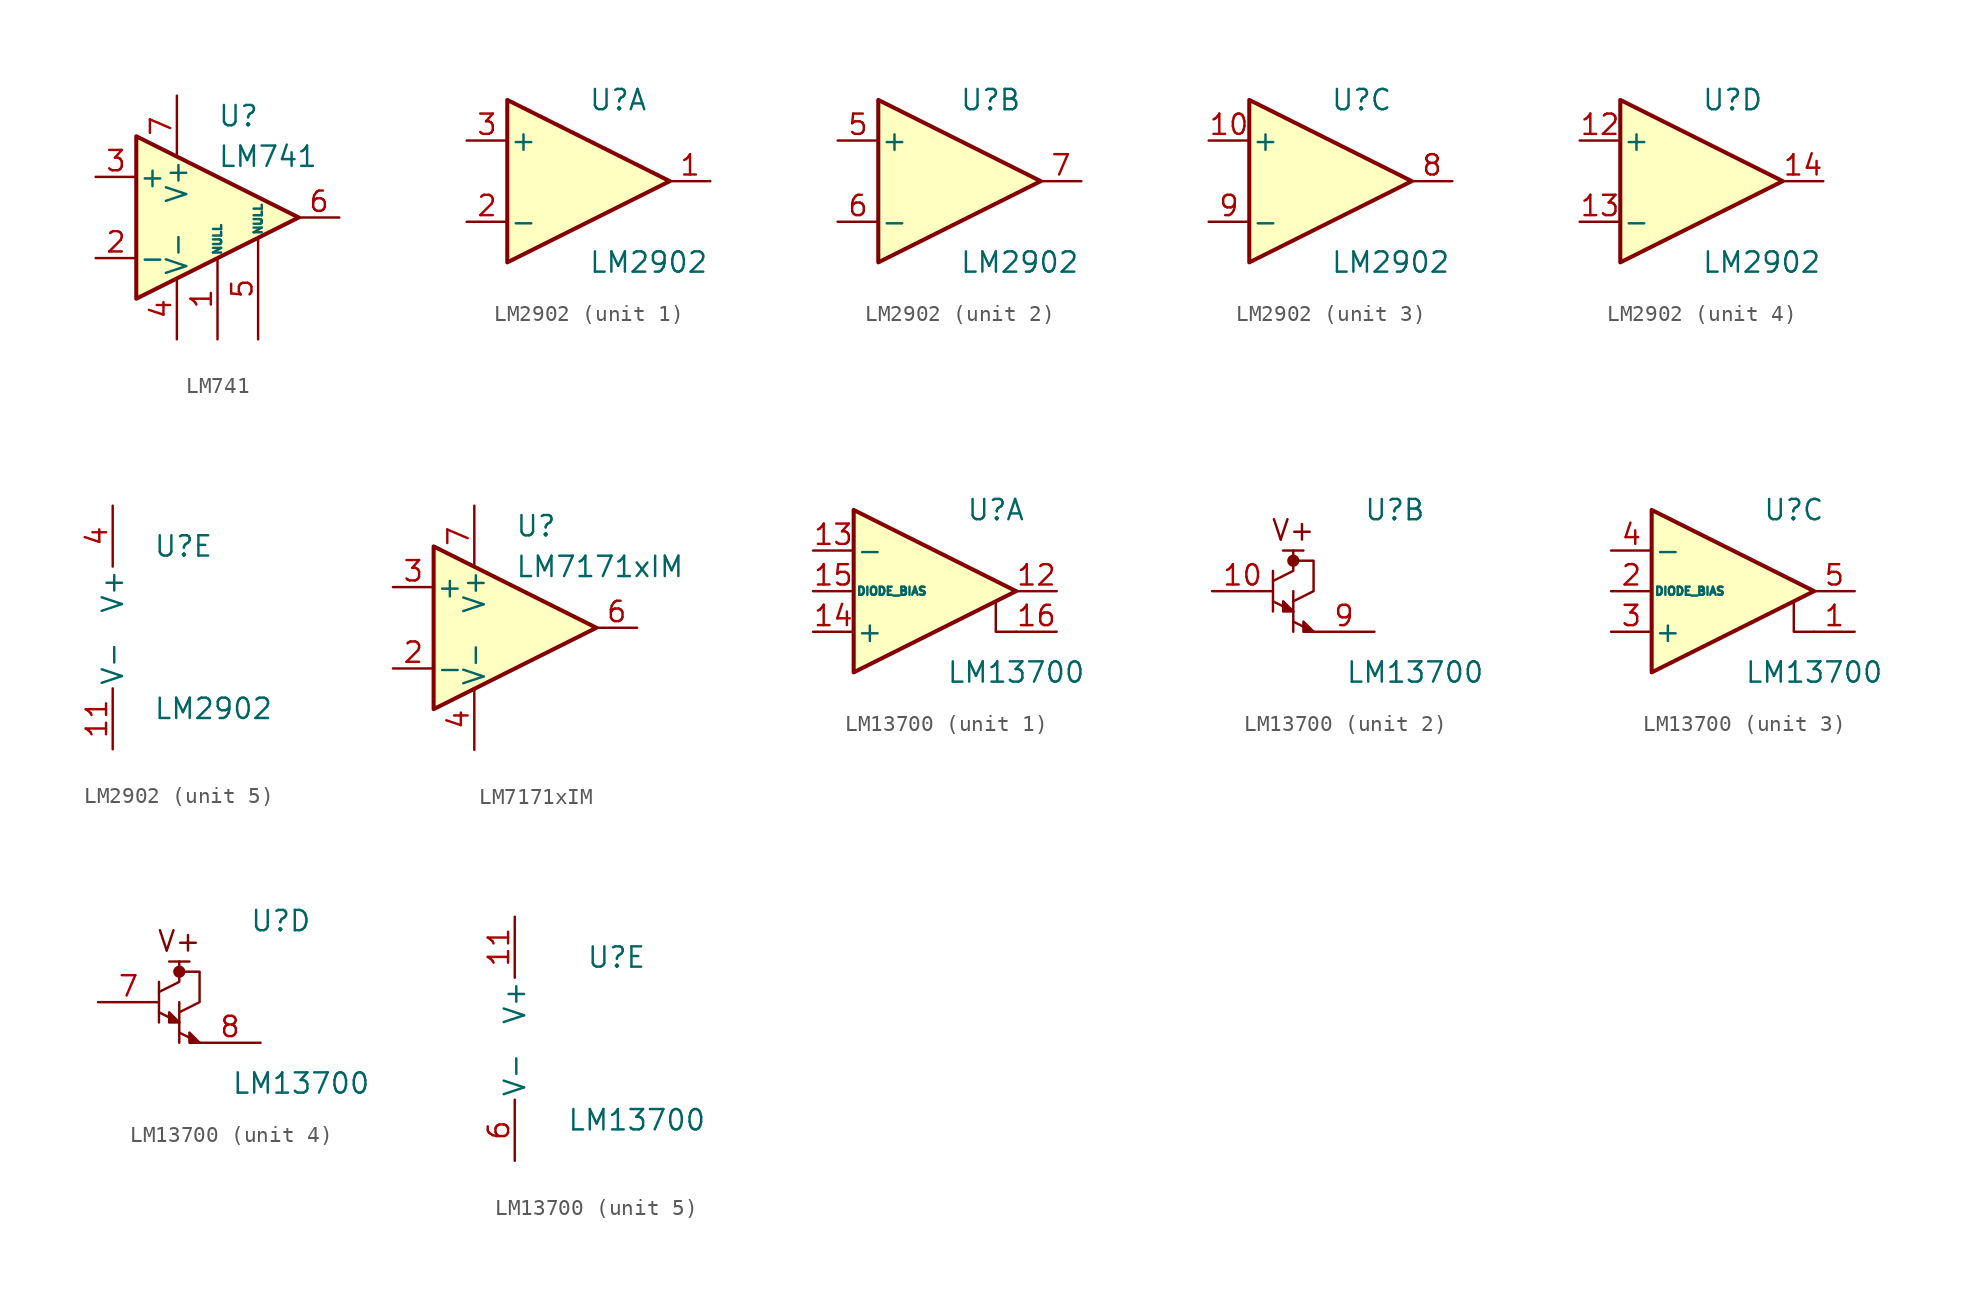
<source format=kicad_sym>
(kicad_symbol_lib
  (version 20241209)
  (generator "kicad_symbol_editor")
  (generator_version "9.0")
  (symbol "LM741"
    (pin_names
      (offset 0.127))
    (property "Reference" "U"
      (at 0 6.35 0)
      (effects (font (size 1.27 1.27)) (justify left)))
    (property "Value" "LM741"
      (at 0 3.81 0)
      (effects (font (size 1.27 1.27)) (justify left)))
    (symbol "LM741_0_1"
      (polyline (pts (xy -5.08 5.08) (xy 5.08 0) (xy -5.08 -5.08) (xy -5.08 5.08)) (stroke (width 0.254) (type default)) (fill (type background))))
    (symbol "LM741_1_1"
      (pin input line (at -7.62 2.54 0) (length 2.54) (name "+" (effects (font (size 1.27 1.27)))) (number "3" (effects (font (size 1.27 1.27)))))
      (pin input line (at -7.62 -2.54 0) (length 2.54) (name "-" (effects (font (size 1.27 1.27)))) (number "2" (effects (font (size 1.27 1.27)))))
      (pin power_in line (at -2.54 7.62 270) (length 3.81) (name "V+" (effects (font (size 1.27 1.27)))) (number "7" (effects (font (size 1.27 1.27)))))
      (pin power_in line (at -2.54 -7.62 90) (length 3.81) (name "V-" (effects (font (size 1.27 1.27)))) (number "4" (effects (font (size 1.27 1.27)))))
      (pin no_connect line (at 0 2.54 270) (length 2.54) (hide yes) (name "NC" (effects (font (size 1.27 1.27)))) (number "8" (effects (font (size 1.27 1.27)))))
      (pin input line (at 0 -7.62 90) (length 5.08) (name "NULL" (effects (font (size 0.508 0.508)))) (number "1" (effects (font (size 1.27 1.27)))))
      (pin input line (at 2.54 -7.62 90) (length 6.35) (name "NULL" (effects (font (size 0.508 0.508)))) (number "5" (effects (font (size 1.27 1.27)))))
      (pin output line (at 7.62 0 180) (length 2.54) (name "~" (effects (font (size 1.27 1.27)))) (number "6" (effects (font (size 1.27 1.27)))))))
  (symbol "LM2902"
    (pin_names
      (offset 0.127))
    (property "Reference" "U"
      (at 0 5.08 0)
      (effects (font (size 1.27 1.27)) (justify left)))
    (property "Value" "LM2902"
      (at 0 -5.08 0)
      (effects (font (size 1.27 1.27)) (justify left)))
    (property "ki_locked" ""
      (at 0 0 0)
      (effects (font (size 1.27 1.27))))
    (symbol "LM2902_1_1"
      (polyline (pts (xy -5.08 5.08) (xy 5.08 0) (xy -5.08 -5.08) (xy -5.08 5.08)) (stroke (width 0.254) (type default)) (fill (type background)))
      (pin input line (at -7.62 2.54 0) (length 2.54) (name "+" (effects (font (size 1.27 1.27)))) (number "3" (effects (font (size 1.27 1.27)))))
      (pin input line (at -7.62 -2.54 0) (length 2.54) (name "-" (effects (font (size 1.27 1.27)))) (number "2" (effects (font (size 1.27 1.27)))))
      (pin output line (at 7.62 0 180) (length 2.54) (name "~" (effects (font (size 1.27 1.27)))) (number "1" (effects (font (size 1.27 1.27))))))
    (symbol "LM2902_2_1"
      (polyline (pts (xy -5.08 5.08) (xy 5.08 0) (xy -5.08 -5.08) (xy -5.08 5.08)) (stroke (width 0.254) (type default)) (fill (type background)))
      (pin input line (at -7.62 2.54 0) (length 2.54) (name "+" (effects (font (size 1.27 1.27)))) (number "5" (effects (font (size 1.27 1.27)))))
      (pin input line (at -7.62 -2.54 0) (length 2.54) (name "-" (effects (font (size 1.27 1.27)))) (number "6" (effects (font (size 1.27 1.27)))))
      (pin output line (at 7.62 0 180) (length 2.54) (name "~" (effects (font (size 1.27 1.27)))) (number "7" (effects (font (size 1.27 1.27))))))
    (symbol "LM2902_3_1"
      (polyline (pts (xy -5.08 5.08) (xy 5.08 0) (xy -5.08 -5.08) (xy -5.08 5.08)) (stroke (width 0.254) (type default)) (fill (type background)))
      (pin input line (at -7.62 2.54 0) (length 2.54) (name "+" (effects (font (size 1.27 1.27)))) (number "10" (effects (font (size 1.27 1.27)))))
      (pin input line (at -7.62 -2.54 0) (length 2.54) (name "-" (effects (font (size 1.27 1.27)))) (number "9" (effects (font (size 1.27 1.27)))))
      (pin output line (at 7.62 0 180) (length 2.54) (name "~" (effects (font (size 1.27 1.27)))) (number "8" (effects (font (size 1.27 1.27))))))
    (symbol "LM2902_4_1"
      (polyline (pts (xy -5.08 5.08) (xy 5.08 0) (xy -5.08 -5.08) (xy -5.08 5.08)) (stroke (width 0.254) (type default)) (fill (type background)))
      (pin input line (at -7.62 2.54 0) (length 2.54) (name "+" (effects (font (size 1.27 1.27)))) (number "12" (effects (font (size 1.27 1.27)))))
      (pin input line (at -7.62 -2.54 0) (length 2.54) (name "-" (effects (font (size 1.27 1.27)))) (number "13" (effects (font (size 1.27 1.27)))))
      (pin output line (at 7.62 0 180) (length 2.54) (name "~" (effects (font (size 1.27 1.27)))) (number "14" (effects (font (size 1.27 1.27))))))
    (symbol "LM2902_5_1"
      (pin power_in line (at -2.54 7.62 270) (length 3.81) (name "V+" (effects (font (size 1.27 1.27)))) (number "4" (effects (font (size 1.27 1.27)))))
      (pin power_in line (at -2.54 -7.62 90) (length 3.81) (name "V-" (effects (font (size 1.27 1.27)))) (number "11" (effects (font (size 1.27 1.27)))))))
  (symbol "LM7171xIM"
    (pin_names
      (offset 0.127))
    (property "Reference" "U"
      (at 0 6.35 0)
      (effects (font (size 1.27 1.27)) (justify left)))
    (property "Value" "LM7171xIM"
      (at 0 3.81 0)
      (effects (font (size 1.27 1.27)) (justify left)))
    (symbol "LM7171xIM_1_1"
      (polyline (pts (xy -5.08 5.08) (xy 5.08 0) (xy -5.08 -5.08) (xy -5.08 5.08)) (stroke (width 0.254) (type default)) (fill (type background)))
      (pin input line (at -7.62 2.54 0) (length 2.54) (name "+" (effects (font (size 1.27 1.27)))) (number "3" (effects (font (size 1.27 1.27)))))
      (pin input line (at -7.62 -2.54 0) (length 2.54) (name "-" (effects (font (size 1.27 1.27)))) (number "2" (effects (font (size 1.27 1.27)))))
      (pin power_in line (at -2.54 7.62 270) (length 3.81) (name "V+" (effects (font (size 1.27 1.27)))) (number "7" (effects (font (size 1.27 1.27)))))
      (pin power_in line (at -2.54 -7.62 90) (length 3.81) (name "V-" (effects (font (size 1.27 1.27)))) (number "4" (effects (font (size 1.27 1.27)))))
      (pin no_connect line (at 0 2.54 270) (length 5.08) (hide yes) (name "NC" (effects (font (size 1.27 1.27)))) (number "1" (effects (font (size 1.27 1.27)))))
      (pin no_connect line (at 0 -2.54 90) (length 5.08) (hide yes) (name "NC" (effects (font (size 1.27 1.27)))) (number "5" (effects (font (size 1.27 1.27)))))
      (pin no_connect line (at 2.54 -1.27 90) (length 6.35) (hide yes) (name "NC" (effects (font (size 1.27 1.27)))) (number "8" (effects (font (size 1.27 1.27)))))
      (pin output line (at 7.62 0 180) (length 2.54) (name "~" (effects (font (size 1.27 1.27)))) (number "6" (effects (font (size 1.27 1.27)))))))
  (symbol "LM13700"
    (pin_names
      (offset 0.127))
    (property "Reference" "U"
      (at 3.81 5.08 0)
      (effects (font (size 1.27 1.27))))
    (property "Value" "LM13700"
      (at 5.08 -5.08 0)
      (effects (font (size 1.27 1.27))))
    (property "ki_locked" ""
      (at 0 0 0)
      (effects (font (size 1.27 1.27))))
    (symbol "LM13700_1_1"
      (polyline (pts (xy 3.81 -0.635) (xy 3.81 -2.54) (xy 5.08 -2.54)) (stroke (width 0) (type default)) (fill (type none)))
      (polyline (pts (xy 5.08 0) (xy -5.08 -5.08) (xy -5.08 5.08) (xy 5.08 0)) (stroke (width 0.254) (type default)) (fill (type background)))
      (pin input line (at -7.62 2.54 0) (length 2.54) (name "-" (effects (font (size 1.27 1.27)))) (number "13" (effects (font (size 1.27 1.27)))))
      (pin input line (at -7.62 0 0) (length 2.54) (name "DIODE_BIAS" (effects (font (size 0.508 0.508)))) (number "15" (effects (font (size 1.27 1.27)))))
      (pin input line (at -7.62 -2.54 0) (length 2.54) (name "+" (effects (font (size 1.27 1.27)))) (number "14" (effects (font (size 1.27 1.27)))))
      (pin output line (at 7.62 0 180) (length 2.54) (name "~" (effects (font (size 1.27 1.27)))) (number "12" (effects (font (size 1.27 1.27)))))
      (pin input line (at 7.62 -2.54 180) (length 2.54) (name "~" (effects (font (size 1.27 1.27)))) (number "16" (effects (font (size 1.27 1.27))))))
    (symbol "LM13700_2_0"
      (polyline (pts (xy -1.905 2.54) (xy -3.175 2.54)) (stroke (width 0) (type default)) (fill (type none))))
    (symbol "LM13700_2_1"
      (polyline (pts (xy -3.81 1.27) (xy -3.81 -1.27)) (stroke (width 0) (type default)) (fill (type none)))
      (polyline (pts (xy -3.81 0.635) (xy -2.54 1.27) (xy -2.54 1.905) (xy -2.54 2.54)) (stroke (width 0) (type default)) (fill (type none)))
      (polyline (pts (xy -3.81 -0.635) (xy -2.54 -1.27)) (stroke (width 0) (type default)) (fill (type none)))
      (circle (center -2.54 1.905) (radius 0.254) (stroke (width 0.254) (type default)) (fill (type outline)))
      (polyline (pts (xy -2.54 0) (xy -2.54 -2.54)) (stroke (width 0) (type default)) (fill (type none)))
      (polyline (pts (xy -2.54 -0.635) (xy -1.27 0) (xy -1.27 1.905) (xy -2.54 1.905)) (stroke (width 0) (type default)) (fill (type none)))
      (polyline (pts (xy -2.54 -1.27) (xy -3.175 -0.635) (xy -3.175 -1.27) (xy -2.54 -1.27)) (stroke (width 0) (type default)) (fill (type outline)))
      (polyline (pts (xy -2.54 -1.905) (xy -1.27 -2.54)) (stroke (width 0) (type default)) (fill (type none)))
      (polyline (pts (xy -1.27 -2.54) (xy -1.905 -1.905) (xy -1.905 -2.54) (xy -1.27 -2.54)) (stroke (width 0) (type default)) (fill (type outline)))
      (text "V+" (at -2.54 3.81 0) (effects (font (size 1.27 1.27))))
      (pin input line (at -7.62 0 0) (length 3.81) (name "~" (effects (font (size 1.27 1.27)))) (number "10" (effects (font (size 1.27 1.27)))))
      (pin output line (at 2.54 -2.54 180) (length 3.81) (name "~" (effects (font (size 1.27 1.27)))) (number "9" (effects (font (size 1.27 1.27))))))
    (symbol "LM13700_3_1"
      (polyline (pts (xy 3.81 -0.635) (xy 3.81 -2.54) (xy 5.08 -2.54)) (stroke (width 0) (type default)) (fill (type none)))
      (polyline (pts (xy 5.08 0) (xy -5.08 -5.08) (xy -5.08 5.08) (xy 5.08 0)) (stroke (width 0.254) (type default)) (fill (type background)))
      (pin input line (at -7.62 2.54 0) (length 2.54) (name "-" (effects (font (size 1.27 1.27)))) (number "4" (effects (font (size 1.27 1.27)))))
      (pin input line (at -7.62 0 0) (length 2.54) (name "DIODE_BIAS" (effects (font (size 0.508 0.508)))) (number "2" (effects (font (size 1.27 1.27)))))
      (pin input line (at -7.62 -2.54 0) (length 2.54) (name "+" (effects (font (size 1.27 1.27)))) (number "3" (effects (font (size 1.27 1.27)))))
      (pin output line (at 7.62 0 180) (length 2.54) (name "~" (effects (font (size 1.27 1.27)))) (number "5" (effects (font (size 1.27 1.27)))))
      (pin input line (at 7.62 -2.54 180) (length 2.54) (name "~" (effects (font (size 1.27 1.27)))) (number "1" (effects (font (size 1.27 1.27))))))
    (symbol "LM13700_4_0"
      (polyline (pts (xy -3.175 2.54) (xy -1.905 2.54)) (stroke (width 0) (type default)) (fill (type none)))
      (text "V+" (at -2.54 3.81 0) (effects (font (size 1.27 1.27)))))
    (symbol "LM13700_4_1"
      (polyline (pts (xy -3.81 1.27) (xy -3.81 -1.27)) (stroke (width 0) (type default)) (fill (type none)))
      (polyline (pts (xy -3.81 0.635) (xy -2.54 1.27) (xy -2.54 2.54)) (stroke (width 0) (type default)) (fill (type none)))
      (polyline (pts (xy -3.81 -0.635) (xy -2.54 -1.27)) (stroke (width 0) (type default)) (fill (type none)))
      (circle (center -2.54 1.905) (radius 0.254) (stroke (width 0.254) (type default)) (fill (type outline)))
      (polyline (pts (xy -2.54 0) (xy -2.54 -2.54)) (stroke (width 0) (type default)) (fill (type none)))
      (polyline (pts (xy -2.54 -0.635) (xy -1.27 0) (xy -1.27 1.905) (xy -2.54 1.905)) (stroke (width 0) (type default)) (fill (type none)))
      (polyline (pts (xy -2.54 -1.27) (xy -3.175 -0.635) (xy -3.175 -1.27) (xy -2.54 -1.27)) (stroke (width 0) (type default)) (fill (type outline)))
      (polyline (pts (xy -2.54 -1.905) (xy -1.27 -2.54)) (stroke (width 0) (type default)) (fill (type none)))
      (polyline (pts (xy -1.27 -2.54) (xy -1.905 -1.905) (xy -1.905 -2.54) (xy -1.27 -2.54)) (stroke (width 0) (type default)) (fill (type outline)))
      (pin input line (at -7.62 0 0) (length 3.81) (name "~" (effects (font (size 1.27 1.27)))) (number "7" (effects (font (size 1.27 1.27)))))
      (pin output line (at 2.54 -2.54 180) (length 3.81) (name "~" (effects (font (size 1.27 1.27)))) (number "8" (effects (font (size 1.27 1.27))))))
    (symbol "LM13700_5_1"
      (pin power_in line (at -2.54 7.62 270) (length 3.81) (name "V+" (effects (font (size 1.27 1.27)))) (number "11" (effects (font (size 1.27 1.27)))))
      (pin power_in line (at -2.54 -7.62 90) (length 3.81) (name "V-" (effects (font (size 1.27 1.27)))) (number "6" (effects (font (size 1.27 1.27))))))))
</source>
